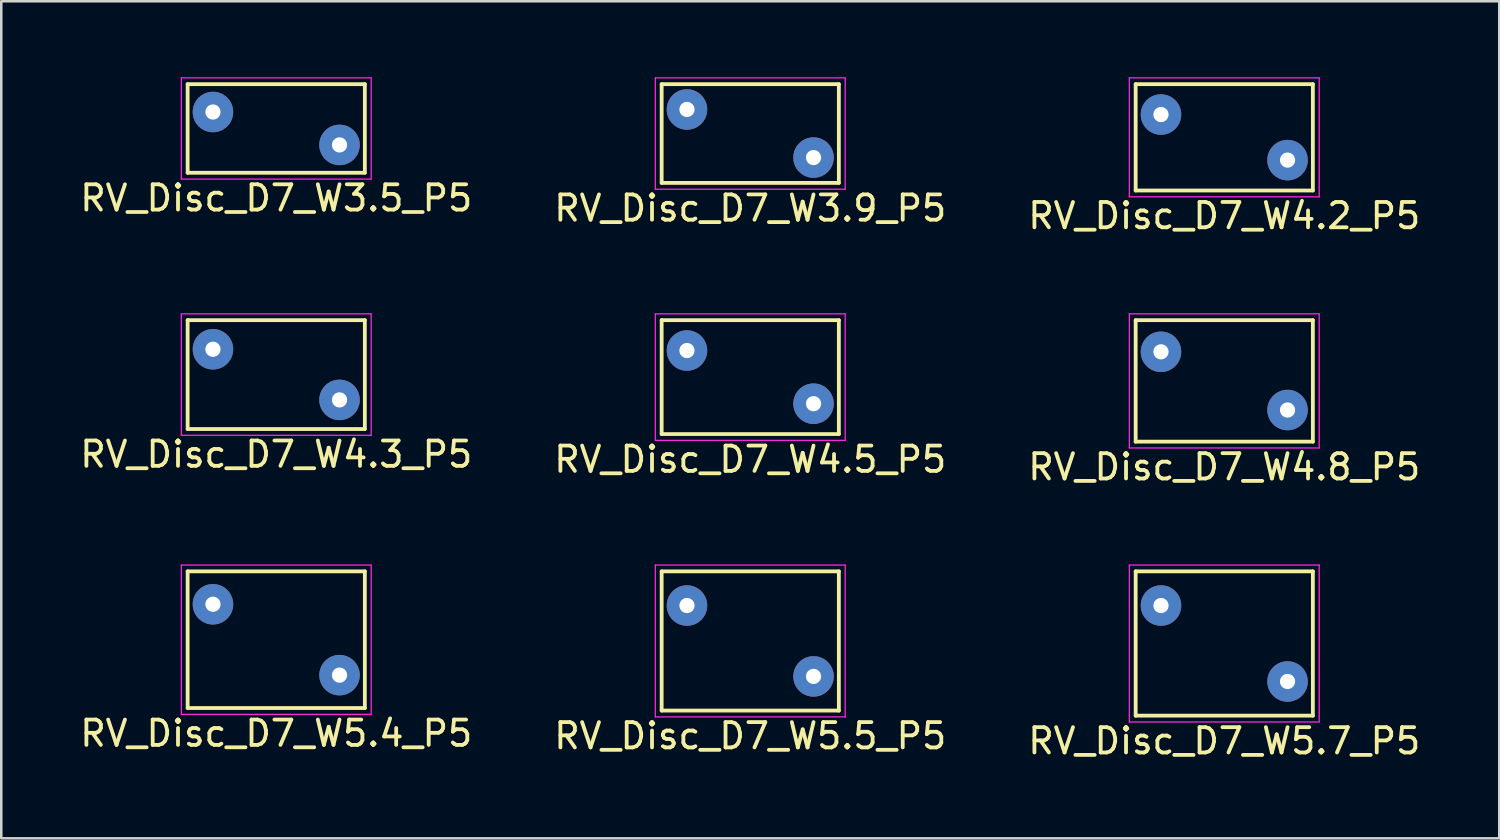
<source format=kicad_pcb>
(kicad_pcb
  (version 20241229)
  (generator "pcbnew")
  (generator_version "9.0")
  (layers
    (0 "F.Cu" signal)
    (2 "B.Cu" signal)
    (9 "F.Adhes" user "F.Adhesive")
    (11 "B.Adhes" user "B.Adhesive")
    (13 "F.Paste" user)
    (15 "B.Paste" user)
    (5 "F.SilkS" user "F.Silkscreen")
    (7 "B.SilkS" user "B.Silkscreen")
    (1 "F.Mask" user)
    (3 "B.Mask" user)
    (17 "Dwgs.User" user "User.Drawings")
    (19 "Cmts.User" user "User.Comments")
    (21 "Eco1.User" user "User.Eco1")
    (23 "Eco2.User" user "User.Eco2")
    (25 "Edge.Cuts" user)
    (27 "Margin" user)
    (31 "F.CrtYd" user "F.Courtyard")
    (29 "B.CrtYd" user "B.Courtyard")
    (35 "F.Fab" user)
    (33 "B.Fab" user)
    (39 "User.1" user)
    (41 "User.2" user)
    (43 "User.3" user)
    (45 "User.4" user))
  (footprint "RV_Disc_D7_W3.9_P5"
    (layer "F.Cu")
    (at 24.089 1.275)
    (property "Reference" "RV_Disc_D7_W3.9_P5" (at 2.5 3.9 0) (layer "F.SilkS") (effects (font (size 1 1) (thickness 0.15))))
    (attr through_hole)
    (fp_line (start -1 -1) (end -1 2.9) (stroke (width 0.15) (type solid)) (layer "F.SilkS"))
    (fp_line (start -1 -1) (end 6 -1) (stroke (width 0.15) (type solid)) (layer "F.SilkS"))
    (fp_line (start -1 2.9) (end 6 2.9) (stroke (width 0.15) (type solid)) (layer "F.SilkS"))
    (fp_line (start 6 -1) (end 6 2.9) (stroke (width 0.15) (type solid)) (layer "F.SilkS"))
    (fp_line (start -1.25 -1.25) (end -1.25 3.15) (stroke (width 0.05) (type solid)) (layer "F.CrtYd"))
    (fp_line (start -1.25 -1.25) (end 6.25 -1.25) (stroke (width 0.05) (type solid)) (layer "F.CrtYd"))
    (fp_line (start -1.25 3.15) (end 6.25 3.15) (stroke (width 0.05) (type solid)) (layer "F.CrtYd"))
    (fp_line (start 6.25 -1.25) (end 6.25 3.15) (stroke (width 0.05) (type solid)) (layer "F.CrtYd"))
    (pad "1" thru_hole circle (at 0 0) (size 1.6 1.6) (drill 0.6) (layers "*.Cu" "*.Mask"))
    (pad "2" thru_hole circle (at 5 1.9) (size 1.6 1.6) (drill 0.6) (layers "*.Cu" "*.Mask")))
  (footprint "RV_Disc_D7_W3.5_P5"
    (layer "F.Cu")
    (at 5.363 1.375)
    (property "Reference" "RV_Disc_D7_W3.5_P5" (at 2.5 3.4 0) (layer "F.SilkS") (effects (font (size 1 1) (thickness 0.15))))
    (attr through_hole)
    (fp_line (start -1 -1.1) (end -1 2.4) (stroke (width 0.15) (type solid)) (layer "F.SilkS"))
    (fp_line (start -1 -1.1) (end 6 -1.1) (stroke (width 0.15) (type solid)) (layer "F.SilkS"))
    (fp_line (start -1 2.4) (end 6 2.4) (stroke (width 0.15) (type solid)) (layer "F.SilkS"))
    (fp_line (start 6 -1.1) (end 6 2.4) (stroke (width 0.15) (type solid)) (layer "F.SilkS"))
    (fp_line (start -1.25 -1.35) (end -1.25 2.65) (stroke (width 0.05) (type solid)) (layer "F.CrtYd"))
    (fp_line (start -1.25 -1.35) (end 6.25 -1.35) (stroke (width 0.05) (type solid)) (layer "F.CrtYd"))
    (fp_line (start -1.25 2.65) (end 6.25 2.65) (stroke (width 0.05) (type solid)) (layer "F.CrtYd"))
    (fp_line (start 6.25 -1.35) (end 6.25 2.65) (stroke (width 0.05) (type solid)) (layer "F.CrtYd"))
    (pad "1" thru_hole circle (at 0 0) (size 1.6 1.6) (drill 0.6) (layers "*.Cu" "*.Mask"))
    (pad "2" thru_hole circle (at 5 1.3) (size 1.6 1.6) (drill 0.6) (layers "*.Cu" "*.Mask")))
  (footprint "RV_Disc_D7_W5.7_P5"
    (layer "F.Cu")
    (at 42.815 20.872)
    (property "Reference" "RV_Disc_D7_W5.7_P5" (at 2.5 5.35 0) (layer "F.SilkS") (effects (font (size 1 1) (thickness 0.15))))
    (attr through_hole)
    (fp_line (start -1 -1.35) (end -1 4.35) (stroke (width 0.15) (type solid)) (layer "F.SilkS"))
    (fp_line (start -1 -1.35) (end 6 -1.35) (stroke (width 0.15) (type solid)) (layer "F.SilkS"))
    (fp_line (start -1 4.35) (end 6 4.35) (stroke (width 0.15) (type solid)) (layer "F.SilkS"))
    (fp_line (start 6 -1.35) (end 6 4.35) (stroke (width 0.15) (type solid)) (layer "F.SilkS"))
    (fp_line (start -1.25 -1.6) (end -1.25 4.6) (stroke (width 0.05) (type solid)) (layer "F.CrtYd"))
    (fp_line (start -1.25 -1.6) (end 6.25 -1.6) (stroke (width 0.05) (type solid)) (layer "F.CrtYd"))
    (fp_line (start -1.25 4.6) (end 6.25 4.6) (stroke (width 0.05) (type solid)) (layer "F.CrtYd"))
    (fp_line (start 6.25 -1.6) (end 6.25 4.6) (stroke (width 0.05) (type solid)) (layer "F.CrtYd"))
    (pad "1" thru_hole circle (at 0 0) (size 1.6 1.6) (drill 0.6) (layers "*.Cu" "*.Mask"))
    (pad "2" thru_hole circle (at 5 3) (size 1.6 1.6) (drill 0.6) (layers "*.Cu" "*.Mask")))
  (footprint "RV_Disc_D7_W4.3_P5"
    (layer "F.Cu")
    (at 5.363 10.748)
    (property "Reference" "RV_Disc_D7_W4.3_P5" (at 2.5 4.15 0) (layer "F.SilkS") (effects (font (size 1 1) (thickness 0.15))))
    (attr through_hole)
    (fp_line (start -1 -1.15) (end -1 3.15) (stroke (width 0.15) (type solid)) (layer "F.SilkS"))
    (fp_line (start -1 -1.15) (end 6 -1.15) (stroke (width 0.15) (type solid)) (layer "F.SilkS"))
    (fp_line (start -1 3.15) (end 6 3.15) (stroke (width 0.15) (type solid)) (layer "F.SilkS"))
    (fp_line (start 6 -1.15) (end 6 3.15) (stroke (width 0.15) (type solid)) (layer "F.SilkS"))
    (fp_line (start -1.25 -1.4) (end -1.25 3.4) (stroke (width 0.05) (type solid)) (layer "F.CrtYd"))
    (fp_line (start -1.25 -1.4) (end 6.25 -1.4) (stroke (width 0.05) (type solid)) (layer "F.CrtYd"))
    (fp_line (start -1.25 3.4) (end 6.25 3.4) (stroke (width 0.05) (type solid)) (layer "F.CrtYd"))
    (fp_line (start 6.25 -1.4) (end 6.25 3.4) (stroke (width 0.05) (type solid)) (layer "F.CrtYd"))
    (pad "1" thru_hole circle (at 0 0) (size 1.6 1.6) (drill 0.6) (layers "*.Cu" "*.Mask"))
    (pad "2" thru_hole circle (at 5 2) (size 1.6 1.6) (drill 0.6) (layers "*.Cu" "*.Mask")))
  (footprint "RV_Disc_D7_W4.2_P5"
    (layer "F.Cu")
    (at 42.815 1.475)
    (property "Reference" "RV_Disc_D7_W4.2_P5" (at 2.5 4 0) (layer "F.SilkS") (effects (font (size 1 1) (thickness 0.15))))
    (attr through_hole)
    (fp_line (start -1 -1.2) (end -1 3) (stroke (width 0.15) (type solid)) (layer "F.SilkS"))
    (fp_line (start -1 -1.2) (end 6 -1.2) (stroke (width 0.15) (type solid)) (layer "F.SilkS"))
    (fp_line (start -1 3) (end 6 3) (stroke (width 0.15) (type solid)) (layer "F.SilkS"))
    (fp_line (start 6 -1.2) (end 6 3) (stroke (width 0.15) (type solid)) (layer "F.SilkS"))
    (fp_line (start -1.25 -1.45) (end -1.25 3.25) (stroke (width 0.05) (type solid)) (layer "F.CrtYd"))
    (fp_line (start -1.25 -1.45) (end 6.25 -1.45) (stroke (width 0.05) (type solid)) (layer "F.CrtYd"))
    (fp_line (start -1.25 3.25) (end 6.25 3.25) (stroke (width 0.05) (type solid)) (layer "F.CrtYd"))
    (fp_line (start 6.25 -1.45) (end 6.25 3.25) (stroke (width 0.05) (type solid)) (layer "F.CrtYd"))
    (pad "1" thru_hole circle (at 0 0) (size 1.6 1.6) (drill 0.6) (layers "*.Cu" "*.Mask"))
    (pad "2" thru_hole circle (at 5 1.8) (size 1.6 1.6) (drill 0.6) (layers "*.Cu" "*.Mask")))
  (footprint "RV_Disc_D7_W4.8_P5"
    (layer "F.Cu")
    (at 42.815 10.848)
    (property "Reference" "RV_Disc_D7_W4.8_P5" (at 2.5 4.55 0) (layer "F.SilkS") (effects (font (size 1 1) (thickness 0.15))))
    (attr through_hole)
    (fp_line (start -1 -1.25) (end -1 3.55) (stroke (width 0.15) (type solid)) (layer "F.SilkS"))
    (fp_line (start -1 -1.25) (end 6 -1.25) (stroke (width 0.15) (type solid)) (layer "F.SilkS"))
    (fp_line (start -1 3.55) (end 6 3.55) (stroke (width 0.15) (type solid)) (layer "F.SilkS"))
    (fp_line (start 6 -1.25) (end 6 3.55) (stroke (width 0.15) (type solid)) (layer "F.SilkS"))
    (fp_line (start -1.25 -1.5) (end -1.25 3.8) (stroke (width 0.05) (type solid)) (layer "F.CrtYd"))
    (fp_line (start -1.25 -1.5) (end 6.25 -1.5) (stroke (width 0.05) (type solid)) (layer "F.CrtYd"))
    (fp_line (start -1.25 3.8) (end 6.25 3.8) (stroke (width 0.05) (type solid)) (layer "F.CrtYd"))
    (fp_line (start 6.25 -1.5) (end 6.25 3.8) (stroke (width 0.05) (type solid)) (layer "F.CrtYd"))
    (pad "1" thru_hole circle (at 0 0) (size 1.6 1.6) (drill 0.6) (layers "*.Cu" "*.Mask"))
    (pad "2" thru_hole circle (at 5 2.3) (size 1.6 1.6) (drill 0.6) (layers "*.Cu" "*.Mask")))
  (footprint "RV_Disc_D7_W4.5_P5"
    (layer "F.Cu")
    (at 24.089 10.798)
    (property "Reference" "RV_Disc_D7_W4.5_P5" (at 2.5 4.3 0) (layer "F.SilkS") (effects (font (size 1 1) (thickness 0.15))))
    (attr through_hole)
    (fp_line (start -1 -1.2) (end -1 3.3) (stroke (width 0.15) (type solid)) (layer "F.SilkS"))
    (fp_line (start -1 -1.2) (end 6 -1.2) (stroke (width 0.15) (type solid)) (layer "F.SilkS"))
    (fp_line (start -1 3.3) (end 6 3.3) (stroke (width 0.15) (type solid)) (layer "F.SilkS"))
    (fp_line (start 6 -1.2) (end 6 3.3) (stroke (width 0.15) (type solid)) (layer "F.SilkS"))
    (fp_line (start -1.25 -1.45) (end -1.25 3.55) (stroke (width 0.05) (type solid)) (layer "F.CrtYd"))
    (fp_line (start -1.25 -1.45) (end 6.25 -1.45) (stroke (width 0.05) (type solid)) (layer "F.CrtYd"))
    (fp_line (start -1.25 3.55) (end 6.25 3.55) (stroke (width 0.05) (type solid)) (layer "F.CrtYd"))
    (fp_line (start 6.25 -1.45) (end 6.25 3.55) (stroke (width 0.05) (type solid)) (layer "F.CrtYd"))
    (pad "1" thru_hole circle (at 0 0) (size 1.6 1.6) (drill 0.6) (layers "*.Cu" "*.Mask"))
    (pad "2" thru_hole circle (at 5 2.1) (size 1.6 1.6) (drill 0.6) (layers "*.Cu" "*.Mask")))
  (footprint "RV_Disc_D7_W5.4_P5"
    (layer "F.Cu")
    (at 5.363 20.822)
    (property "Reference" "RV_Disc_D7_W5.4_P5" (at 2.5 5.1 0) (layer "F.SilkS") (effects (font (size 1 1) (thickness 0.15))))
    (attr through_hole)
    (fp_line (start -1 -1.3) (end -1 4.1) (stroke (width 0.15) (type solid)) (layer "F.SilkS"))
    (fp_line (start -1 -1.3) (end 6 -1.3) (stroke (width 0.15) (type solid)) (layer "F.SilkS"))
    (fp_line (start -1 4.1) (end 6 4.1) (stroke (width 0.15) (type solid)) (layer "F.SilkS"))
    (fp_line (start 6 -1.3) (end 6 4.1) (stroke (width 0.15) (type solid)) (layer "F.SilkS"))
    (fp_line (start -1.25 -1.55) (end -1.25 4.35) (stroke (width 0.05) (type solid)) (layer "F.CrtYd"))
    (fp_line (start -1.25 -1.55) (end 6.25 -1.55) (stroke (width 0.05) (type solid)) (layer "F.CrtYd"))
    (fp_line (start -1.25 4.35) (end 6.25 4.35) (stroke (width 0.05) (type solid)) (layer "F.CrtYd"))
    (fp_line (start 6.25 -1.55) (end 6.25 4.35) (stroke (width 0.05) (type solid)) (layer "F.CrtYd"))
    (pad "1" thru_hole circle (at 0 0) (size 1.6 1.6) (drill 0.6) (layers "*.Cu" "*.Mask"))
    (pad "2" thru_hole circle (at 5 2.8) (size 1.6 1.6) (drill 0.6) (layers "*.Cu" "*.Mask")))
  (footprint "RV_Disc_D7_W5.5_P5"
    (layer "F.Cu")
    (at 24.089 20.872)
    (property "Reference" "RV_Disc_D7_W5.5_P5" (at 2.5 5.15 0) (layer "F.SilkS") (effects (font (size 1 1) (thickness 0.15))))
    (attr through_hole)
    (fp_line (start -1 -1.35) (end -1 4.15) (stroke (width 0.15) (type solid)) (layer "F.SilkS"))
    (fp_line (start -1 -1.35) (end 6 -1.35) (stroke (width 0.15) (type solid)) (layer "F.SilkS"))
    (fp_line (start -1 4.15) (end 6 4.15) (stroke (width 0.15) (type solid)) (layer "F.SilkS"))
    (fp_line (start 6 -1.35) (end 6 4.15) (stroke (width 0.15) (type solid)) (layer "F.SilkS"))
    (fp_line (start -1.25 -1.6) (end -1.25 4.4) (stroke (width 0.05) (type solid)) (layer "F.CrtYd"))
    (fp_line (start -1.25 -1.6) (end 6.25 -1.6) (stroke (width 0.05) (type solid)) (layer "F.CrtYd"))
    (fp_line (start -1.25 4.4) (end 6.25 4.4) (stroke (width 0.05) (type solid)) (layer "F.CrtYd"))
    (fp_line (start 6.25 -1.6) (end 6.25 4.4) (stroke (width 0.05) (type solid)) (layer "F.CrtYd"))
    (pad "1" thru_hole circle (at 0 0) (size 1.6 1.6) (drill 0.6) (layers "*.Cu" "*.Mask"))
    (pad "2" thru_hole circle (at 5 2.8) (size 1.6 1.6) (drill 0.6) (layers "*.Cu" "*.Mask")))
  (gr_rect
    (start -3 -3)
    (end 56.179 30.07)
    (stroke (width 0.1) (type default))
    (fill no)
    (layer "Edge.Cuts")))
</source>
